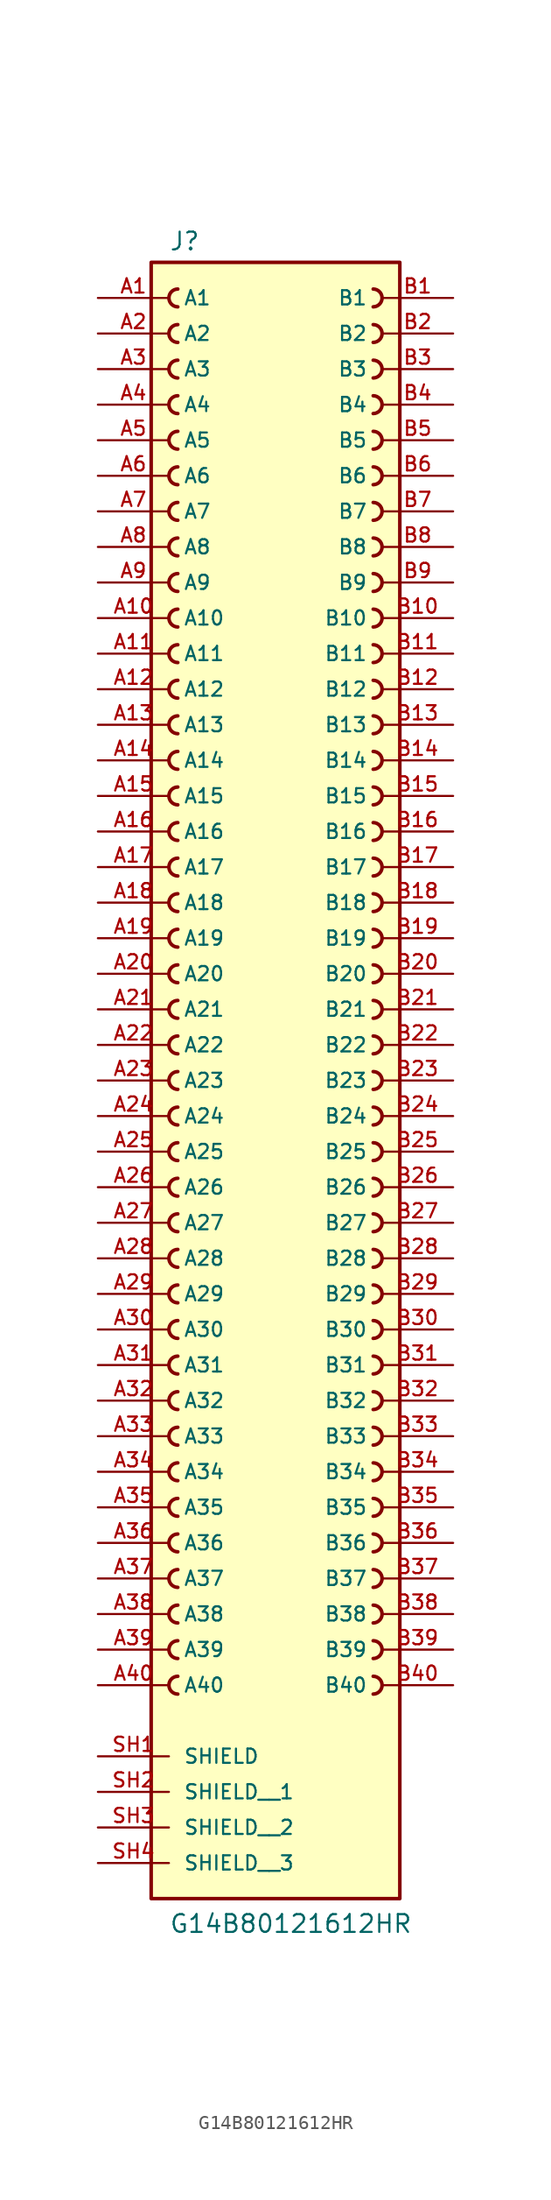
<source format=kicad_sym>
(kicad_symbol_lib
  (version 20211014)
  (generator kicad_symbol_editor)
  (symbol "G14B80121612HR"
    (pin_names
      (offset 1.016))
    (property "Reference" "J"
      (at -7.62 56.642 0)
      (effects (font (size 1.27 1.27)) (justify bottom left)))
    (property "Value" "G14B80121612HR"
      (at -7.62 -63.5 0)
      (effects (font (size 1.27 1.27)) (justify bottom left)))
    (symbol "G14B80121612HR_0_0"
      (arc (start 6.985 52.705) (mid 7.62 53.34) (end 6.985 53.975) (stroke (width 0.254) (type default) (color 0 0 0 0)) (fill (type none)))
      (arc (start 6.985 50.165) (mid 7.62 50.8) (end 6.985 51.435) (stroke (width 0.254) (type default) (color 0 0 0 0)) (fill (type none)))
      (arc (start 6.985 47.625) (mid 7.62 48.26) (end 6.985 48.895) (stroke (width 0.254) (type default) (color 0 0 0 0)) (fill (type none)))
      (arc (start 6.985 45.085) (mid 7.62 45.72) (end 6.985 46.355) (stroke (width 0.254) (type default) (color 0 0 0 0)) (fill (type none)))
      (arc (start 6.985 42.545) (mid 7.62 43.18) (end 6.985 43.815) (stroke (width 0.254) (type default) (color 0 0 0 0)) (fill (type none)))
      (arc (start 6.985 40.005) (mid 7.62 40.64) (end 6.985 41.275) (stroke (width 0.254) (type default) (color 0 0 0 0)) (fill (type none)))
      (arc (start 6.985 37.465) (mid 7.62 38.1) (end 6.985 38.735) (stroke (width 0.254) (type default) (color 0 0 0 0)) (fill (type none)))
      (arc (start 6.985 34.925) (mid 7.62 35.56) (end 6.985 36.195) (stroke (width 0.254) (type default) (color 0 0 0 0)) (fill (type none)))
      (arc (start 6.985 32.385) (mid 7.62 33.02) (end 6.985 33.655) (stroke (width 0.254) (type default) (color 0 0 0 0)) (fill (type none)))
      (arc (start 6.985 29.845) (mid 7.62 30.48) (end 6.985 31.115) (stroke (width 0.254) (type default) (color 0 0 0 0)) (fill (type none)))
      (arc (start -6.985 31.115) (mid -7.62 30.48) (end -6.985 29.845) (stroke (width 0.254) (type default) (color 0 0 0 0)) (fill (type none)))
      (arc (start -6.985 33.655) (mid -7.62 33.02) (end -6.985 32.385) (stroke (width 0.254) (type default) (color 0 0 0 0)) (fill (type none)))
      (arc (start -6.985 36.195) (mid -7.62 35.56) (end -6.985 34.925) (stroke (width 0.254) (type default) (color 0 0 0 0)) (fill (type none)))
      (arc (start -6.985 38.735) (mid -7.62 38.1) (end -6.985 37.465) (stroke (width 0.254) (type default) (color 0 0 0 0)) (fill (type none)))
      (arc (start -6.985 41.275) (mid -7.62 40.64) (end -6.985 40.005) (stroke (width 0.254) (type default) (color 0 0 0 0)) (fill (type none)))
      (arc (start -6.985 43.815) (mid -7.62 43.18) (end -6.985 42.545) (stroke (width 0.254) (type default) (color 0 0 0 0)) (fill (type none)))
      (arc (start -6.985 46.355) (mid -7.62 45.72) (end -6.985 45.085) (stroke (width 0.254) (type default) (color 0 0 0 0)) (fill (type none)))
      (arc (start -6.985 48.895) (mid -7.62 48.26) (end -6.985 47.625) (stroke (width 0.254) (type default) (color 0 0 0 0)) (fill (type none)))
      (arc (start -6.985 51.435) (mid -7.62 50.8) (end -6.985 50.165) (stroke (width 0.254) (type default) (color 0 0 0 0)) (fill (type none)))
      (arc (start -6.985 53.975) (mid -7.62 53.34) (end -6.985 52.705) (stroke (width 0.254) (type default) (color 0 0 0 0)) (fill (type none)))
      (arc (start 6.985 27.305) (mid 7.62 27.94) (end 6.985 28.575) (stroke (width 0.254) (type default) (color 0 0 0 0)) (fill (type none)))
      (arc (start 6.985 24.765) (mid 7.62 25.4) (end 6.985 26.035) (stroke (width 0.254) (type default) (color 0 0 0 0)) (fill (type none)))
      (arc (start 6.985 22.225) (mid 7.62 22.86) (end 6.985 23.495) (stroke (width 0.254) (type default) (color 0 0 0 0)) (fill (type none)))
      (arc (start 6.985 19.685) (mid 7.62 20.32) (end 6.985 20.955) (stroke (width 0.254) (type default) (color 0 0 0 0)) (fill (type none)))
      (arc (start 6.985 17.145) (mid 7.62 17.78) (end 6.985 18.415) (stroke (width 0.254) (type default) (color 0 0 0 0)) (fill (type none)))
      (arc (start 6.985 14.605) (mid 7.62 15.24) (end 6.985 15.875) (stroke (width 0.254) (type default) (color 0 0 0 0)) (fill (type none)))
      (arc (start 6.985 12.065) (mid 7.62 12.7) (end 6.985 13.335) (stroke (width 0.254) (type default) (color 0 0 0 0)) (fill (type none)))
      (arc (start 6.985 9.525) (mid 7.62 10.16) (end 6.985 10.795) (stroke (width 0.254) (type default) (color 0 0 0 0)) (fill (type none)))
      (arc (start 6.985 6.985) (mid 7.62 7.62) (end 6.985 8.255) (stroke (width 0.254) (type default) (color 0 0 0 0)) (fill (type none)))
      (arc (start 6.985 4.445) (mid 7.62 5.08) (end 6.985 5.715) (stroke (width 0.254) (type default) (color 0 0 0 0)) (fill (type none)))
      (arc (start -6.985 5.715) (mid -7.62 5.08) (end -6.985 4.445) (stroke (width 0.254) (type default) (color 0 0 0 0)) (fill (type none)))
      (arc (start -6.985 8.255) (mid -7.62 7.62) (end -6.985 6.985) (stroke (width 0.254) (type default) (color 0 0 0 0)) (fill (type none)))
      (arc (start -6.985 10.795) (mid -7.62 10.16) (end -6.985 9.525) (stroke (width 0.254) (type default) (color 0 0 0 0)) (fill (type none)))
      (arc (start -6.985 13.335) (mid -7.62 12.7) (end -6.985 12.065) (stroke (width 0.254) (type default) (color 0 0 0 0)) (fill (type none)))
      (arc (start -6.985 15.875) (mid -7.62 15.24) (end -6.985 14.605) (stroke (width 0.254) (type default) (color 0 0 0 0)) (fill (type none)))
      (arc (start -6.985 18.415) (mid -7.62 17.78) (end -6.985 17.145) (stroke (width 0.254) (type default) (color 0 0 0 0)) (fill (type none)))
      (arc (start -6.985 20.955) (mid -7.62 20.32) (end -6.985 19.685) (stroke (width 0.254) (type default) (color 0 0 0 0)) (fill (type none)))
      (arc (start -6.985 23.495) (mid -7.62 22.86) (end -6.985 22.225) (stroke (width 0.254) (type default) (color 0 0 0 0)) (fill (type none)))
      (arc (start -6.985 26.035) (mid -7.62 25.4) (end -6.985 24.765) (stroke (width 0.254) (type default) (color 0 0 0 0)) (fill (type none)))
      (arc (start -6.985 28.575) (mid -7.62 27.94) (end -6.985 27.305) (stroke (width 0.254) (type default) (color 0 0 0 0)) (fill (type none)))
      (arc (start -6.985 3.175) (mid -7.62 2.54) (end -6.985 1.905) (stroke (width 0.254) (type default) (color 0 0 0 0)) (fill (type none)))
      (arc (start 6.985 1.905) (mid 7.62 2.54) (end 6.985 3.175) (stroke (width 0.254) (type default) (color 0 0 0 0)) (fill (type none)))
      (arc (start 6.985 -0.635) (mid 7.62 0.0) (end 6.985 0.635) (stroke (width 0.254) (type default) (color 0 0 0 0)) (fill (type none)))
      (arc (start 6.985 -3.175) (mid 7.62 -2.54) (end 6.985 -1.905) (stroke (width 0.254) (type default) (color 0 0 0 0)) (fill (type none)))
      (arc (start 6.985 -5.715) (mid 7.62 -5.08) (end 6.985 -4.445) (stroke (width 0.254) (type default) (color 0 0 0 0)) (fill (type none)))
      (arc (start 6.985 -8.255) (mid 7.62 -7.62) (end 6.985 -6.985) (stroke (width 0.254) (type default) (color 0 0 0 0)) (fill (type none)))
      (arc (start 6.985 -10.795) (mid 7.62 -10.16) (end 6.985 -9.525) (stroke (width 0.254) (type default) (color 0 0 0 0)) (fill (type none)))
      (arc (start 6.985 -13.335) (mid 7.62 -12.7) (end 6.985 -12.065) (stroke (width 0.254) (type default) (color 0 0 0 0)) (fill (type none)))
      (arc (start 6.985 -15.875) (mid 7.62 -15.24) (end 6.985 -14.605) (stroke (width 0.254) (type default) (color 0 0 0 0)) (fill (type none)))
      (arc (start 6.985 -18.415) (mid 7.62 -17.78) (end 6.985 -17.145) (stroke (width 0.254) (type default) (color 0 0 0 0)) (fill (type none)))
      (arc (start 6.985 -20.955) (mid 7.62 -20.32) (end 6.985 -19.685) (stroke (width 0.254) (type default) (color 0 0 0 0)) (fill (type none)))
      (arc (start 6.985 -23.495) (mid 7.62 -22.86) (end 6.985 -22.225) (stroke (width 0.254) (type default) (color 0 0 0 0)) (fill (type none)))
      (arc (start -6.985 -22.225) (mid -7.62 -22.86) (end -6.985 -23.495) (stroke (width 0.254) (type default) (color 0 0 0 0)) (fill (type none)))
      (arc (start -6.985 -19.685) (mid -7.62 -20.32) (end -6.985 -20.955) (stroke (width 0.254) (type default) (color 0 0 0 0)) (fill (type none)))
      (arc (start -6.985 -17.145) (mid -7.62 -17.78) (end -6.985 -18.415) (stroke (width 0.254) (type default) (color 0 0 0 0)) (fill (type none)))
      (arc (start -6.985 -14.605) (mid -7.62 -15.24) (end -6.985 -15.875) (stroke (width 0.254) (type default) (color 0 0 0 0)) (fill (type none)))
      (arc (start -6.985 -12.065) (mid -7.62 -12.7) (end -6.985 -13.335) (stroke (width 0.254) (type default) (color 0 0 0 0)) (fill (type none)))
      (arc (start -6.985 -9.525) (mid -7.62 -10.16) (end -6.985 -10.795) (stroke (width 0.254) (type default) (color 0 0 0 0)) (fill (type none)))
      (arc (start -6.985 -6.985) (mid -7.62 -7.62) (end -6.985 -8.255) (stroke (width 0.254) (type default) (color 0 0 0 0)) (fill (type none)))
      (arc (start -6.985 -4.445) (mid -7.62 -5.08) (end -6.985 -5.715) (stroke (width 0.254) (type default) (color 0 0 0 0)) (fill (type none)))
      (arc (start -6.985 -1.905) (mid -7.62 -2.54) (end -6.985 -3.175) (stroke (width 0.254) (type default) (color 0 0 0 0)) (fill (type none)))
      (arc (start -6.985 0.635) (mid -7.62 -0.0) (end -6.985 -0.635) (stroke (width 0.254) (type default) (color 0 0 0 0)) (fill (type none)))
      (arc (start 6.985 -26.035) (mid 7.62 -25.4) (end 6.985 -24.765) (stroke (width 0.254) (type default) (color 0 0 0 0)) (fill (type none)))
      (arc (start 6.985 -28.575) (mid 7.62 -27.94) (end 6.985 -27.305) (stroke (width 0.254) (type default) (color 0 0 0 0)) (fill (type none)))
      (arc (start 6.985 -31.115) (mid 7.62 -30.48) (end 6.985 -29.845) (stroke (width 0.254) (type default) (color 0 0 0 0)) (fill (type none)))
      (arc (start 6.985 -33.655) (mid 7.62 -33.02) (end 6.985 -32.385) (stroke (width 0.254) (type default) (color 0 0 0 0)) (fill (type none)))
      (arc (start 6.985 -36.195) (mid 7.62 -35.56) (end 6.985 -34.925) (stroke (width 0.254) (type default) (color 0 0 0 0)) (fill (type none)))
      (arc (start 6.985 -38.735) (mid 7.62 -38.1) (end 6.985 -37.465) (stroke (width 0.254) (type default) (color 0 0 0 0)) (fill (type none)))
      (arc (start 6.985 -41.275) (mid 7.62 -40.64) (end 6.985 -40.005) (stroke (width 0.254) (type default) (color 0 0 0 0)) (fill (type none)))
      (arc (start 6.985 -43.815) (mid 7.62 -43.18) (end 6.985 -42.545) (stroke (width 0.254) (type default) (color 0 0 0 0)) (fill (type none)))
      (arc (start 6.985 -46.355) (mid 7.62 -45.72) (end 6.985 -45.085) (stroke (width 0.254) (type default) (color 0 0 0 0)) (fill (type none)))
      (arc (start -6.985 -45.085) (mid -7.62 -45.72) (end -6.985 -46.355) (stroke (width 0.254) (type default) (color 0 0 0 0)) (fill (type none)))
      (arc (start -6.985 -42.545) (mid -7.62 -43.18) (end -6.985 -43.815) (stroke (width 0.254) (type default) (color 0 0 0 0)) (fill (type none)))
      (arc (start -6.985 -40.005) (mid -7.62 -40.64) (end -6.985 -41.275) (stroke (width 0.254) (type default) (color 0 0 0 0)) (fill (type none)))
      (arc (start -6.985 -37.465) (mid -7.62 -38.1) (end -6.985 -38.735) (stroke (width 0.254) (type default) (color 0 0 0 0)) (fill (type none)))
      (arc (start -6.985 -34.925) (mid -7.62 -35.56) (end -6.985 -36.195) (stroke (width 0.254) (type default) (color 0 0 0 0)) (fill (type none)))
      (arc (start -6.985 -32.385) (mid -7.62 -33.02) (end -6.985 -33.655) (stroke (width 0.254) (type default) (color 0 0 0 0)) (fill (type none)))
      (arc (start -6.985 -29.845) (mid -7.62 -30.48) (end -6.985 -31.115) (stroke (width 0.254) (type default) (color 0 0 0 0)) (fill (type none)))
      (arc (start -6.985 -27.305) (mid -7.62 -27.94) (end -6.985 -28.575) (stroke (width 0.254) (type default) (color 0 0 0 0)) (fill (type none)))
      (arc (start -6.985 -24.765) (mid -7.62 -25.4) (end -6.985 -26.035) (stroke (width 0.254) (type default) (color 0 0 0 0)) (fill (type none)))
      (rectangle (start -8.89 -60.96) (end 8.89 55.88) (stroke (width 0.254)) (fill (type background)))
      (pin passive line (at -12.7 53.34 0) (length 5.08) (name "A1" (effects (font (size 1.016 1.016)))) (number "A1" (effects (font (size 1.016 1.016)))))
      (pin passive line (at -12.7 50.8 0) (length 5.08) (name "A2" (effects (font (size 1.016 1.016)))) (number "A2" (effects (font (size 1.016 1.016)))))
      (pin passive line (at -12.7 48.26 0) (length 5.08) (name "A3" (effects (font (size 1.016 1.016)))) (number "A3" (effects (font (size 1.016 1.016)))))
      (pin passive line (at -12.7 45.72 0) (length 5.08) (name "A4" (effects (font (size 1.016 1.016)))) (number "A4" (effects (font (size 1.016 1.016)))))
      (pin passive line (at -12.7 43.18 0) (length 5.08) (name "A5" (effects (font (size 1.016 1.016)))) (number "A5" (effects (font (size 1.016 1.016)))))
      (pin passive line (at 12.7 53.34 180.0) (length 5.08) (name "B1" (effects (font (size 1.016 1.016)))) (number "B1" (effects (font (size 1.016 1.016)))))
      (pin passive line (at 12.7 50.8 180.0) (length 5.08) (name "B2" (effects (font (size 1.016 1.016)))) (number "B2" (effects (font (size 1.016 1.016)))))
      (pin passive line (at 12.7 48.26 180.0) (length 5.08) (name "B3" (effects (font (size 1.016 1.016)))) (number "B3" (effects (font (size 1.016 1.016)))))
      (pin passive line (at 12.7 45.72 180.0) (length 5.08) (name "B4" (effects (font (size 1.016 1.016)))) (number "B4" (effects (font (size 1.016 1.016)))))
      (pin passive line (at 12.7 43.18 180.0) (length 5.08) (name "B5" (effects (font (size 1.016 1.016)))) (number "B5" (effects (font (size 1.016 1.016)))))
      (pin passive line (at -12.7 40.64 0) (length 5.08) (name "A6" (effects (font (size 1.016 1.016)))) (number "A6" (effects (font (size 1.016 1.016)))))
      (pin passive line (at -12.7 38.1 0) (length 5.08) (name "A7" (effects (font (size 1.016 1.016)))) (number "A7" (effects (font (size 1.016 1.016)))))
      (pin passive line (at -12.7 35.56 0) (length 5.08) (name "A8" (effects (font (size 1.016 1.016)))) (number "A8" (effects (font (size 1.016 1.016)))))
      (pin passive line (at -12.7 33.02 0) (length 5.08) (name "A9" (effects (font (size 1.016 1.016)))) (number "A9" (effects (font (size 1.016 1.016)))))
      (pin passive line (at -12.7 30.48 0) (length 5.08) (name "A10" (effects (font (size 1.016 1.016)))) (number "A10" (effects (font (size 1.016 1.016)))))
      (pin passive line (at 12.7 40.64 180.0) (length 5.08) (name "B6" (effects (font (size 1.016 1.016)))) (number "B6" (effects (font (size 1.016 1.016)))))
      (pin passive line (at 12.7 38.1 180.0) (length 5.08) (name "B7" (effects (font (size 1.016 1.016)))) (number "B7" (effects (font (size 1.016 1.016)))))
      (pin passive line (at 12.7 35.56 180.0) (length 5.08) (name "B8" (effects (font (size 1.016 1.016)))) (number "B8" (effects (font (size 1.016 1.016)))))
      (pin passive line (at 12.7 33.02 180.0) (length 5.08) (name "B9" (effects (font (size 1.016 1.016)))) (number "B9" (effects (font (size 1.016 1.016)))))
      (pin passive line (at 12.7 30.48 180.0) (length 5.08) (name "B10" (effects (font (size 1.016 1.016)))) (number "B10" (effects (font (size 1.016 1.016)))))
      (pin passive line (at -12.7 27.94 0) (length 5.08) (name "A11" (effects (font (size 1.016 1.016)))) (number "A11" (effects (font (size 1.016 1.016)))))
      (pin passive line (at -12.7 25.4 0) (length 5.08) (name "A12" (effects (font (size 1.016 1.016)))) (number "A12" (effects (font (size 1.016 1.016)))))
      (pin passive line (at -12.7 22.86 0) (length 5.08) (name "A13" (effects (font (size 1.016 1.016)))) (number "A13" (effects (font (size 1.016 1.016)))))
      (pin passive line (at -12.7 20.32 0) (length 5.08) (name "A14" (effects (font (size 1.016 1.016)))) (number "A14" (effects (font (size 1.016 1.016)))))
      (pin passive line (at -12.7 17.78 0) (length 5.08) (name "A15" (effects (font (size 1.016 1.016)))) (number "A15" (effects (font (size 1.016 1.016)))))
      (pin passive line (at 12.7 27.94 180.0) (length 5.08) (name "B11" (effects (font (size 1.016 1.016)))) (number "B11" (effects (font (size 1.016 1.016)))))
      (pin passive line (at 12.7 25.4 180.0) (length 5.08) (name "B12" (effects (font (size 1.016 1.016)))) (number "B12" (effects (font (size 1.016 1.016)))))
      (pin passive line (at 12.7 22.86 180.0) (length 5.08) (name "B13" (effects (font (size 1.016 1.016)))) (number "B13" (effects (font (size 1.016 1.016)))))
      (pin passive line (at 12.7 20.32 180.0) (length 5.08) (name "B14" (effects (font (size 1.016 1.016)))) (number "B14" (effects (font (size 1.016 1.016)))))
      (pin passive line (at 12.7 17.78 180.0) (length 5.08) (name "B15" (effects (font (size 1.016 1.016)))) (number "B15" (effects (font (size 1.016 1.016)))))
      (pin passive line (at -12.7 15.24 0) (length 5.08) (name "A16" (effects (font (size 1.016 1.016)))) (number "A16" (effects (font (size 1.016 1.016)))))
      (pin passive line (at -12.7 12.7 0) (length 5.08) (name "A17" (effects (font (size 1.016 1.016)))) (number "A17" (effects (font (size 1.016 1.016)))))
      (pin passive line (at -12.7 10.16 0) (length 5.08) (name "A18" (effects (font (size 1.016 1.016)))) (number "A18" (effects (font (size 1.016 1.016)))))
      (pin passive line (at -12.7 7.62 0) (length 5.08) (name "A19" (effects (font (size 1.016 1.016)))) (number "A19" (effects (font (size 1.016 1.016)))))
      (pin passive line (at -12.7 5.08 0) (length 5.08) (name "A20" (effects (font (size 1.016 1.016)))) (number "A20" (effects (font (size 1.016 1.016)))))
      (pin passive line (at 12.7 15.24 180.0) (length 5.08) (name "B16" (effects (font (size 1.016 1.016)))) (number "B16" (effects (font (size 1.016 1.016)))))
      (pin passive line (at 12.7 12.7 180.0) (length 5.08) (name "B17" (effects (font (size 1.016 1.016)))) (number "B17" (effects (font (size 1.016 1.016)))))
      (pin passive line (at 12.7 10.16 180.0) (length 5.08) (name "B18" (effects (font (size 1.016 1.016)))) (number "B18" (effects (font (size 1.016 1.016)))))
      (pin passive line (at 12.7 7.62 180.0) (length 5.08) (name "B19" (effects (font (size 1.016 1.016)))) (number "B19" (effects (font (size 1.016 1.016)))))
      (pin passive line (at 12.7 5.08 180.0) (length 5.08) (name "B20" (effects (font (size 1.016 1.016)))) (number "B20" (effects (font (size 1.016 1.016)))))
      (pin passive line (at -12.7 2.54 0) (length 5.08) (name "A21" (effects (font (size 1.016 1.016)))) (number "A21" (effects (font (size 1.016 1.016)))))
      (pin passive line (at 12.7 2.54 180.0) (length 5.08) (name "B21" (effects (font (size 1.016 1.016)))) (number "B21" (effects (font (size 1.016 1.016)))))
      (pin passive line (at -12.7 -50.8 0) (length 5.08) (name "SHIELD" (effects (font (size 1.016 1.016)))) (number "SH1" (effects (font (size 1.016 1.016)))))
      (pin passive line (at -12.7 0.0 0) (length 5.08) (name "A22" (effects (font (size 1.016 1.016)))) (number "A22" (effects (font (size 1.016 1.016)))))
      (pin passive line (at -12.7 -2.54 0) (length 5.08) (name "A23" (effects (font (size 1.016 1.016)))) (number "A23" (effects (font (size 1.016 1.016)))))
      (pin passive line (at -12.7 -5.08 0) (length 5.08) (name "A24" (effects (font (size 1.016 1.016)))) (number "A24" (effects (font (size 1.016 1.016)))))
      (pin passive line (at -12.7 -7.62 0) (length 5.08) (name "A25" (effects (font (size 1.016 1.016)))) (number "A25" (effects (font (size 1.016 1.016)))))
      (pin passive line (at -12.7 -10.16 0) (length 5.08) (name "A26" (effects (font (size 1.016 1.016)))) (number "A26" (effects (font (size 1.016 1.016)))))
      (pin passive line (at 12.7 0.0 180.0) (length 5.08) (name "B22" (effects (font (size 1.016 1.016)))) (number "B22" (effects (font (size 1.016 1.016)))))
      (pin passive line (at 12.7 -2.54 180.0) (length 5.08) (name "B23" (effects (font (size 1.016 1.016)))) (number "B23" (effects (font (size 1.016 1.016)))))
      (pin passive line (at 12.7 -5.08 180.0) (length 5.08) (name "B24" (effects (font (size 1.016 1.016)))) (number "B24" (effects (font (size 1.016 1.016)))))
      (pin passive line (at 12.7 -7.62 180.0) (length 5.08) (name "B25" (effects (font (size 1.016 1.016)))) (number "B25" (effects (font (size 1.016 1.016)))))
      (pin passive line (at 12.7 -10.16 180.0) (length 5.08) (name "B26" (effects (font (size 1.016 1.016)))) (number "B26" (effects (font (size 1.016 1.016)))))
      (pin passive line (at -12.7 -12.7 0) (length 5.08) (name "A27" (effects (font (size 1.016 1.016)))) (number "A27" (effects (font (size 1.016 1.016)))))
      (pin passive line (at -12.7 -15.24 0) (length 5.08) (name "A28" (effects (font (size 1.016 1.016)))) (number "A28" (effects (font (size 1.016 1.016)))))
      (pin passive line (at -12.7 -17.78 0) (length 5.08) (name "A29" (effects (font (size 1.016 1.016)))) (number "A29" (effects (font (size 1.016 1.016)))))
      (pin passive line (at -12.7 -20.32 0) (length 5.08) (name "A30" (effects (font (size 1.016 1.016)))) (number "A30" (effects (font (size 1.016 1.016)))))
      (pin passive line (at -12.7 -22.86 0) (length 5.08) (name "A31" (effects (font (size 1.016 1.016)))) (number "A31" (effects (font (size 1.016 1.016)))))
      (pin passive line (at 12.7 -12.7 180.0) (length 5.08) (name "B27" (effects (font (size 1.016 1.016)))) (number "B27" (effects (font (size 1.016 1.016)))))
      (pin passive line (at 12.7 -15.24 180.0) (length 5.08) (name "B28" (effects (font (size 1.016 1.016)))) (number "B28" (effects (font (size 1.016 1.016)))))
      (pin passive line (at 12.7 -17.78 180.0) (length 5.08) (name "B29" (effects (font (size 1.016 1.016)))) (number "B29" (effects (font (size 1.016 1.016)))))
      (pin passive line (at 12.7 -20.32 180.0) (length 5.08) (name "B30" (effects (font (size 1.016 1.016)))) (number "B30" (effects (font (size 1.016 1.016)))))
      (pin passive line (at 12.7 -22.86 180.0) (length 5.08) (name "B31" (effects (font (size 1.016 1.016)))) (number "B31" (effects (font (size 1.016 1.016)))))
      (pin passive line (at -12.7 -25.4 0) (length 5.08) (name "A32" (effects (font (size 1.016 1.016)))) (number "A32" (effects (font (size 1.016 1.016)))))
      (pin passive line (at -12.7 -27.94 0) (length 5.08) (name "A33" (effects (font (size 1.016 1.016)))) (number "A33" (effects (font (size 1.016 1.016)))))
      (pin passive line (at -12.7 -30.48 0) (length 5.08) (name "A34" (effects (font (size 1.016 1.016)))) (number "A34" (effects (font (size 1.016 1.016)))))
      (pin passive line (at -12.7 -33.02 0) (length 5.08) (name "A35" (effects (font (size 1.016 1.016)))) (number "A35" (effects (font (size 1.016 1.016)))))
      (pin passive line (at -12.7 -35.56 0) (length 5.08) (name "A36" (effects (font (size 1.016 1.016)))) (number "A36" (effects (font (size 1.016 1.016)))))
      (pin passive line (at 12.7 -25.4 180.0) (length 5.08) (name "B32" (effects (font (size 1.016 1.016)))) (number "B32" (effects (font (size 1.016 1.016)))))
      (pin passive line (at 12.7 -27.94 180.0) (length 5.08) (name "B33" (effects (font (size 1.016 1.016)))) (number "B33" (effects (font (size 1.016 1.016)))))
      (pin passive line (at 12.7 -30.48 180.0) (length 5.08) (name "B34" (effects (font (size 1.016 1.016)))) (number "B34" (effects (font (size 1.016 1.016)))))
      (pin passive line (at 12.7 -33.02 180.0) (length 5.08) (name "B35" (effects (font (size 1.016 1.016)))) (number "B35" (effects (font (size 1.016 1.016)))))
      (pin passive line (at 12.7 -35.56 180.0) (length 5.08) (name "B36" (effects (font (size 1.016 1.016)))) (number "B36" (effects (font (size 1.016 1.016)))))
      (pin passive line (at -12.7 -38.1 0) (length 5.08) (name "A37" (effects (font (size 1.016 1.016)))) (number "A37" (effects (font (size 1.016 1.016)))))
      (pin passive line (at -12.7 -40.64 0) (length 5.08) (name "A38" (effects (font (size 1.016 1.016)))) (number "A38" (effects (font (size 1.016 1.016)))))
      (pin passive line (at -12.7 -43.18 0) (length 5.08) (name "A39" (effects (font (size 1.016 1.016)))) (number "A39" (effects (font (size 1.016 1.016)))))
      (pin passive line (at -12.7 -45.72 0) (length 5.08) (name "A40" (effects (font (size 1.016 1.016)))) (number "A40" (effects (font (size 1.016 1.016)))))
      (pin passive line (at 12.7 -38.1 180.0) (length 5.08) (name "B37" (effects (font (size 1.016 1.016)))) (number "B37" (effects (font (size 1.016 1.016)))))
      (pin passive line (at 12.7 -40.64 180.0) (length 5.08) (name "B38" (effects (font (size 1.016 1.016)))) (number "B38" (effects (font (size 1.016 1.016)))))
      (pin passive line (at 12.7 -43.18 180.0) (length 5.08) (name "B39" (effects (font (size 1.016 1.016)))) (number "B39" (effects (font (size 1.016 1.016)))))
      (pin passive line (at 12.7 -45.72 180.0) (length 5.08) (name "B40" (effects (font (size 1.016 1.016)))) (number "B40" (effects (font (size 1.016 1.016)))))
      (pin passive line (at -12.7 -53.34 0) (length 5.08) (name "SHIELD__1" (effects (font (size 1.016 1.016)))) (number "SH2" (effects (font (size 1.016 1.016)))))
      (pin passive line (at -12.7 -55.88 0) (length 5.08) (name "SHIELD__2" (effects (font (size 1.016 1.016)))) (number "SH3" (effects (font (size 1.016 1.016)))))
      (pin passive line (at -12.7 -58.42 0) (length 5.08) (name "SHIELD__3" (effects (font (size 1.016 1.016)))) (number "SH4" (effects (font (size 1.016 1.016))))))))
</source>
